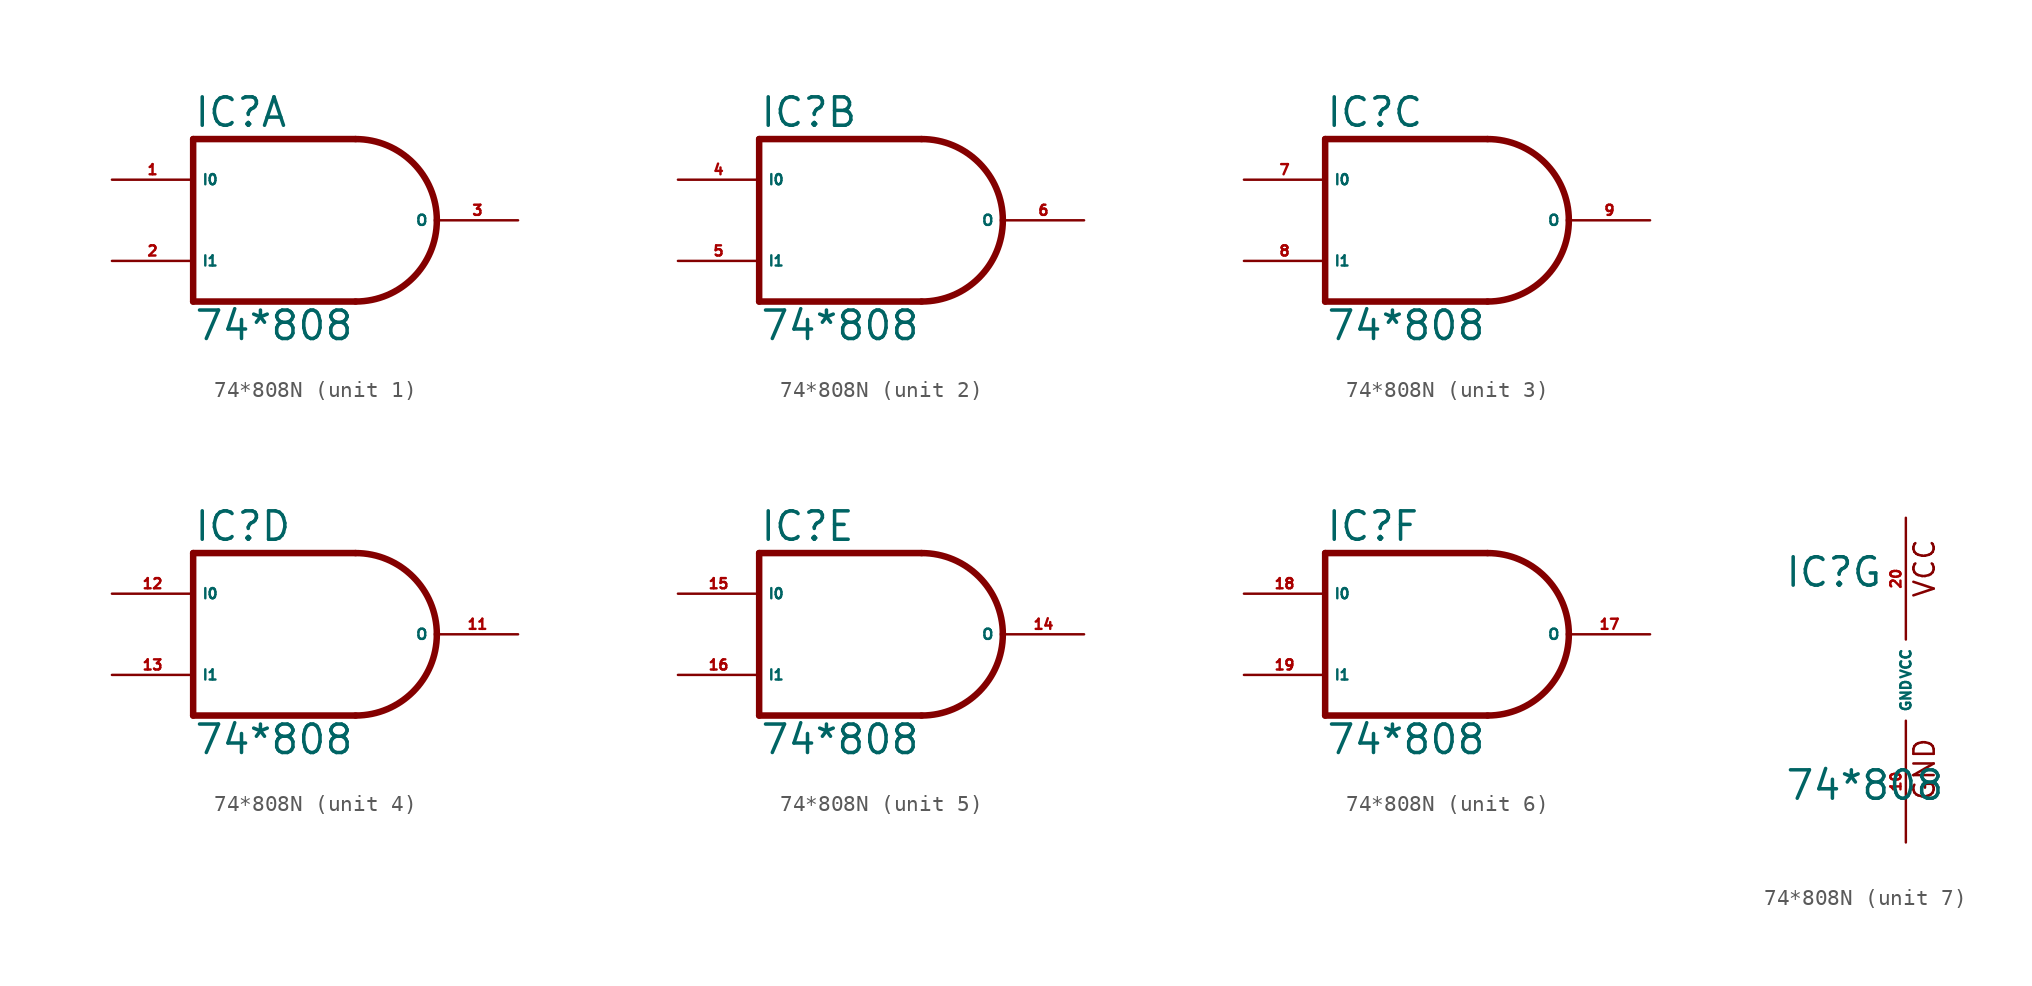
<source format=kicad_sym>
(kicad_symbol_lib
  (version 20220914)
  (generator Eagle2Kicad)
  (symbol "74*808N"
    (property "Reference" "IC"
      (at -7.62 5.715 0)
      (effects (font (size 1.778 1.778) (thickness 0.22)) (justify left bottom)))
    (property "Value" "74*808"
      (at -7.62 -7.62 0)
      (effects (font (size 1.778 1.778) (thickness 0.22)) (justify left bottom)))
    (symbol "74*808N_1_0"
      (arc (start 2.54 -5.08) (mid 6.132 -3.592) (end 7.62 0) (stroke (width 0.4064) (type default)) (fill (type none)))
      (arc (start 7.62 0) (mid 6.132 3.592) (end 2.54 5.08) (stroke (width 0.4064) (type default)) (fill (type none)))
      (polyline (pts (xy 2.54 5.08) (xy -7.62 5.08)) (stroke (width 0.406) (type default)) (fill (type none)))
      (polyline (pts (xy -7.62 5.08) (xy -7.62 -5.08)) (stroke (width 0.406) (type default)) (fill (type none)))
      (polyline (pts (xy -7.62 -5.08) (xy 2.54 -5.08)) (stroke (width 0.406) (type default)) (fill (type none)))
      (pin input line (at -12.7 2.54 0) (length 5.08) (name "I0" (effects (font (size 0.635 0.635) (thickness 0.08)) (justify left bottom))) (number "1" (effects (font (size 0.635 0.635) (thickness 0.08)) (justify left bottom))))
      (pin input line (at -12.7 -2.54 0) (length 5.08) (name "I1" (effects (font (size 0.635 0.635) (thickness 0.08)) (justify left bottom))) (number "2" (effects (font (size 0.635 0.635) (thickness 0.08)) (justify left bottom))))
      (pin output line (at 12.7 0 180) (length 5.08) (name "O" (effects (font (size 0.635 0.635) (thickness 0.08)) (justify left bottom))) (number "3" (effects (font (size 0.635 0.635) (thickness 0.08)) (justify left bottom)))))
    (symbol "74*808N_2_0"
      (arc (start 2.54 -5.08) (mid 6.132 -3.592) (end 7.62 0) (stroke (width 0.4064) (type default)) (fill (type none)))
      (arc (start 7.62 0) (mid 6.132 3.592) (end 2.54 5.08) (stroke (width 0.4064) (type default)) (fill (type none)))
      (polyline (pts (xy 2.54 5.08) (xy -7.62 5.08)) (stroke (width 0.406) (type default)) (fill (type none)))
      (polyline (pts (xy -7.62 5.08) (xy -7.62 -5.08)) (stroke (width 0.406) (type default)) (fill (type none)))
      (polyline (pts (xy -7.62 -5.08) (xy 2.54 -5.08)) (stroke (width 0.406) (type default)) (fill (type none)))
      (pin input line (at -12.7 2.54 0) (length 5.08) (name "I0" (effects (font (size 0.635 0.635) (thickness 0.08)) (justify left bottom))) (number "4" (effects (font (size 0.635 0.635) (thickness 0.08)) (justify left bottom))))
      (pin input line (at -12.7 -2.54 0) (length 5.08) (name "I1" (effects (font (size 0.635 0.635) (thickness 0.08)) (justify left bottom))) (number "5" (effects (font (size 0.635 0.635) (thickness 0.08)) (justify left bottom))))
      (pin output line (at 12.7 0 180) (length 5.08) (name "O" (effects (font (size 0.635 0.635) (thickness 0.08)) (justify left bottom))) (number "6" (effects (font (size 0.635 0.635) (thickness 0.08)) (justify left bottom)))))
    (symbol "74*808N_3_0"
      (arc (start 2.54 -5.08) (mid 6.132 -3.592) (end 7.62 0) (stroke (width 0.4064) (type default)) (fill (type none)))
      (arc (start 7.62 0) (mid 6.132 3.592) (end 2.54 5.08) (stroke (width 0.4064) (type default)) (fill (type none)))
      (polyline (pts (xy 2.54 5.08) (xy -7.62 5.08)) (stroke (width 0.406) (type default)) (fill (type none)))
      (polyline (pts (xy -7.62 5.08) (xy -7.62 -5.08)) (stroke (width 0.406) (type default)) (fill (type none)))
      (polyline (pts (xy -7.62 -5.08) (xy 2.54 -5.08)) (stroke (width 0.406) (type default)) (fill (type none)))
      (pin input line (at -12.7 2.54 0) (length 5.08) (name "I0" (effects (font (size 0.635 0.635) (thickness 0.08)) (justify left bottom))) (number "7" (effects (font (size 0.635 0.635) (thickness 0.08)) (justify left bottom))))
      (pin input line (at -12.7 -2.54 0) (length 5.08) (name "I1" (effects (font (size 0.635 0.635) (thickness 0.08)) (justify left bottom))) (number "8" (effects (font (size 0.635 0.635) (thickness 0.08)) (justify left bottom))))
      (pin output line (at 12.7 0 180) (length 5.08) (name "O" (effects (font (size 0.635 0.635) (thickness 0.08)) (justify left bottom))) (number "9" (effects (font (size 0.635 0.635) (thickness 0.08)) (justify left bottom)))))
    (symbol "74*808N_4_0"
      (arc (start 2.54 -5.08) (mid 6.132 -3.592) (end 7.62 0) (stroke (width 0.4064) (type default)) (fill (type none)))
      (arc (start 7.62 0) (mid 6.132 3.592) (end 2.54 5.08) (stroke (width 0.4064) (type default)) (fill (type none)))
      (polyline (pts (xy 2.54 5.08) (xy -7.62 5.08)) (stroke (width 0.406) (type default)) (fill (type none)))
      (polyline (pts (xy -7.62 5.08) (xy -7.62 -5.08)) (stroke (width 0.406) (type default)) (fill (type none)))
      (polyline (pts (xy -7.62 -5.08) (xy 2.54 -5.08)) (stroke (width 0.406) (type default)) (fill (type none)))
      (pin input line (at -12.7 2.54 0) (length 5.08) (name "I0" (effects (font (size 0.635 0.635) (thickness 0.08)) (justify left bottom))) (number "12" (effects (font (size 0.635 0.635) (thickness 0.08)) (justify left bottom))))
      (pin input line (at -12.7 -2.54 0) (length 5.08) (name "I1" (effects (font (size 0.635 0.635) (thickness 0.08)) (justify left bottom))) (number "13" (effects (font (size 0.635 0.635) (thickness 0.08)) (justify left bottom))))
      (pin output line (at 12.7 0 180) (length 5.08) (name "O" (effects (font (size 0.635 0.635) (thickness 0.08)) (justify left bottom))) (number "11" (effects (font (size 0.635 0.635) (thickness 0.08)) (justify left bottom)))))
    (symbol "74*808N_5_0"
      (arc (start 2.54 -5.08) (mid 6.132 -3.592) (end 7.62 0) (stroke (width 0.4064) (type default)) (fill (type none)))
      (arc (start 7.62 0) (mid 6.132 3.592) (end 2.54 5.08) (stroke (width 0.4064) (type default)) (fill (type none)))
      (polyline (pts (xy 2.54 5.08) (xy -7.62 5.08)) (stroke (width 0.406) (type default)) (fill (type none)))
      (polyline (pts (xy -7.62 5.08) (xy -7.62 -5.08)) (stroke (width 0.406) (type default)) (fill (type none)))
      (polyline (pts (xy -7.62 -5.08) (xy 2.54 -5.08)) (stroke (width 0.406) (type default)) (fill (type none)))
      (pin input line (at -12.7 2.54 0) (length 5.08) (name "I0" (effects (font (size 0.635 0.635) (thickness 0.08)) (justify left bottom))) (number "15" (effects (font (size 0.635 0.635) (thickness 0.08)) (justify left bottom))))
      (pin input line (at -12.7 -2.54 0) (length 5.08) (name "I1" (effects (font (size 0.635 0.635) (thickness 0.08)) (justify left bottom))) (number "16" (effects (font (size 0.635 0.635) (thickness 0.08)) (justify left bottom))))
      (pin output line (at 12.7 0 180) (length 5.08) (name "O" (effects (font (size 0.635 0.635) (thickness 0.08)) (justify left bottom))) (number "14" (effects (font (size 0.635 0.635) (thickness 0.08)) (justify left bottom)))))
    (symbol "74*808N_6_0"
      (arc (start 2.54 -5.08) (mid 6.132 -3.592) (end 7.62 0) (stroke (width 0.4064) (type default)) (fill (type none)))
      (arc (start 7.62 0) (mid 6.132 3.592) (end 2.54 5.08) (stroke (width 0.4064) (type default)) (fill (type none)))
      (polyline (pts (xy 2.54 5.08) (xy -7.62 5.08)) (stroke (width 0.406) (type default)) (fill (type none)))
      (polyline (pts (xy -7.62 5.08) (xy -7.62 -5.08)) (stroke (width 0.406) (type default)) (fill (type none)))
      (polyline (pts (xy -7.62 -5.08) (xy 2.54 -5.08)) (stroke (width 0.406) (type default)) (fill (type none)))
      (pin input line (at -12.7 2.54 0) (length 5.08) (name "I0" (effects (font (size 0.635 0.635) (thickness 0.08)) (justify left bottom))) (number "18" (effects (font (size 0.635 0.635) (thickness 0.08)) (justify left bottom))))
      (pin input line (at -12.7 -2.54 0) (length 5.08) (name "I1" (effects (font (size 0.635 0.635) (thickness 0.08)) (justify left bottom))) (number "19" (effects (font (size 0.635 0.635) (thickness 0.08)) (justify left bottom))))
      (pin output line (at 12.7 0 180) (length 5.08) (name "O" (effects (font (size 0.635 0.635) (thickness 0.08)) (justify left bottom))) (number "17" (effects (font (size 0.635 0.635) (thickness 0.08)) (justify left bottom)))))
    (symbol "74*808N_7_0"
      (text "GND" (at 1.905 -7.62 900) (effects (font (size 1.27 1.27) (thickness 0.16)) (justify left bottom)))
      (text "VCC" (at 1.905 5.08 900) (effects (font (size 1.27 1.27) (thickness 0.16)) (justify left bottom)))
      (pin unspecified line (at 0 -10.16 90) (length 7.62) (name "GND" (effects (font (size 0.635 0.635) (thickness 0.08)) (justify left bottom))) (number "10" (effects (font (size 0.635 0.635) (thickness 0.08)) (justify left bottom))))
      (pin unspecified line (at 0 10.16 270) (length 7.62) (name "VCC" (effects (font (size 0.635 0.635) (thickness 0.08)) (justify left bottom))) (number "20" (effects (font (size 0.635 0.635) (thickness 0.08)) (justify left bottom)))))))
</source>
